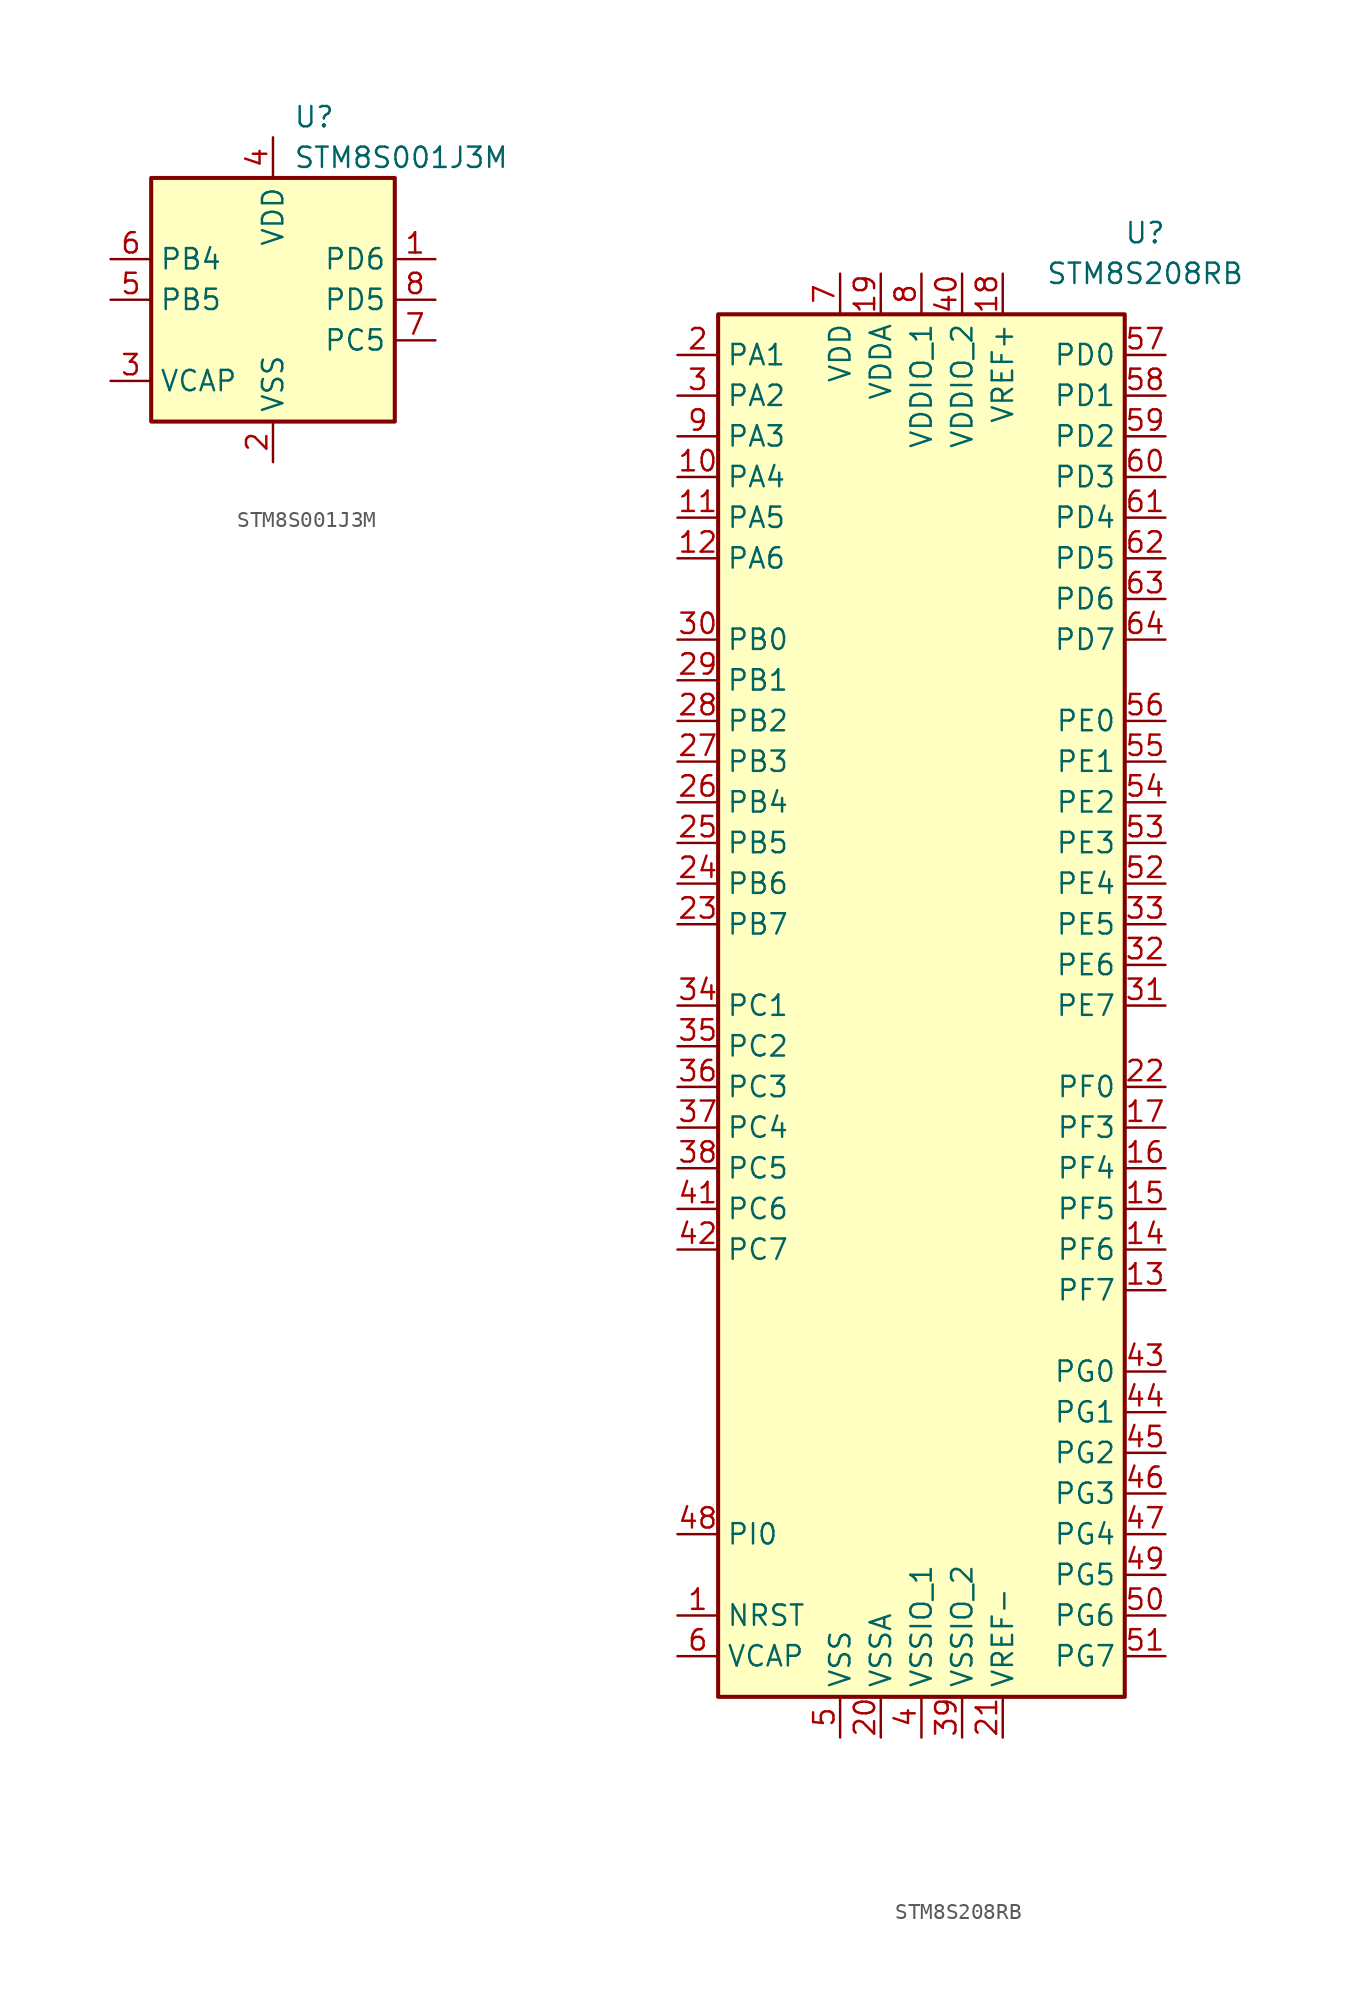
<source format=kicad_sym>
(kicad_symbol_lib
  (version 20201005)
  (generator kicad_symbol_editor)
  (symbol "STM8S001J3M"
    (property "Reference" "U"
      (at 1.27 11.43 0)
      (effects (font (size 1.27 1.27)) (justify left)))
    (property "Value" "STM8S001J3M"
      (at 1.27 8.89 0)
      (effects (font (size 1.27 1.27)) (justify left)))
    (symbol "STM8S001J3M_0_1"
      (rectangle (start -7.62 7.62) (end 7.62 -7.62) (stroke (width 0.254)) (fill (type background))))
    (symbol "STM8S001J3M_1_1"
      (pin bidirectional line (at 10.16 2.54 180) (length 2.54) (name "PD6" (effects (font (size 1.27 1.27)))) (number "1" (effects (font (size 1.27 1.27)))))
      (pin power_in line (at 0 -10.16 90) (length 2.54) (name "VSS" (effects (font (size 1.27 1.27)))) (number "2" (effects (font (size 1.27 1.27)))))
      (pin passive line (at -10.16 -5.08 0) (length 2.54) (name "VCAP" (effects (font (size 1.27 1.27)))) (number "3" (effects (font (size 1.27 1.27)))))
      (pin power_in line (at 0 10.16 270) (length 2.54) (name "VDD" (effects (font (size 1.27 1.27)))) (number "4" (effects (font (size 1.27 1.27)))))
      (pin bidirectional line (at -10.16 0 0) (length 2.54) (name "PB5" (effects (font (size 1.27 1.27)))) (number "5" (effects (font (size 1.27 1.27)))))
      (pin bidirectional line (at -10.16 2.54 0) (length 2.54) (name "PB4" (effects (font (size 1.27 1.27)))) (number "6" (effects (font (size 1.27 1.27)))))
      (pin bidirectional line (at 10.16 -2.54 180) (length 2.54) (name "PC5" (effects (font (size 1.27 1.27)))) (number "7" (effects (font (size 1.27 1.27)))))
      (pin bidirectional line (at 10.16 0 180) (length 2.54) (name "PD5" (effects (font (size 1.27 1.27)))) (number "8" (effects (font (size 1.27 1.27)))))))
  (symbol "STM8S208RB"
    (property "Reference" "U"
      (at 13.97 48.26 0)
      (effects (font (size 1.27 1.27))))
    (property "Value" "STM8S208RB"
      (at 13.97 45.72 0)
      (effects (font (size 1.27 1.27))))
    (symbol "STM8S208RB_0_1"
      (rectangle (start 12.7 43.18) (end -12.7 -43.18) (stroke (width 0.254)) (fill (type background))))
    (symbol "STM8S208RB_1_1"
      (pin input line (at -15.24 -38.1 0) (length 2.54) (name "NRST" (effects (font (size 1.27 1.27)))) (number "1" (effects (font (size 1.27 1.27)))))
      (pin bidirectional line (at -15.24 33.02 0) (length 2.54) (name "PA4" (effects (font (size 1.27 1.27)))) (number "10" (effects (font (size 1.27 1.27)))))
      (pin bidirectional line (at -15.24 30.48 0) (length 2.54) (name "PA5" (effects (font (size 1.27 1.27)))) (number "11" (effects (font (size 1.27 1.27)))))
      (pin bidirectional line (at -15.24 27.94 0) (length 2.54) (name "PA6" (effects (font (size 1.27 1.27)))) (number "12" (effects (font (size 1.27 1.27)))))
      (pin bidirectional line (at 15.24 -17.78 180) (length 2.54) (name "PF7" (effects (font (size 1.27 1.27)))) (number "13" (effects (font (size 1.27 1.27)))))
      (pin bidirectional line (at 15.24 -15.24 180) (length 2.54) (name "PF6" (effects (font (size 1.27 1.27)))) (number "14" (effects (font (size 1.27 1.27)))))
      (pin bidirectional line (at 15.24 -12.7 180) (length 2.54) (name "PF5" (effects (font (size 1.27 1.27)))) (number "15" (effects (font (size 1.27 1.27)))))
      (pin bidirectional line (at 15.24 -10.16 180) (length 2.54) (name "PF4" (effects (font (size 1.27 1.27)))) (number "16" (effects (font (size 1.27 1.27)))))
      (pin bidirectional line (at 15.24 -7.62 180) (length 2.54) (name "PF3" (effects (font (size 1.27 1.27)))) (number "17" (effects (font (size 1.27 1.27)))))
      (pin power_in line (at 5.08 45.72 270) (length 2.54) (name "VREF+" (effects (font (size 1.27 1.27)))) (number "18" (effects (font (size 1.27 1.27)))))
      (pin power_in line (at -2.54 45.72 270) (length 2.54) (name "VDDA" (effects (font (size 1.27 1.27)))) (number "19" (effects (font (size 1.27 1.27)))))
      (pin bidirectional line (at -15.24 40.64 0) (length 2.54) (name "PA1" (effects (font (size 1.27 1.27)))) (number "2" (effects (font (size 1.27 1.27)))))
      (pin power_in line (at -2.54 -45.72 90) (length 2.54) (name "VSSA" (effects (font (size 1.27 1.27)))) (number "20" (effects (font (size 1.27 1.27)))))
      (pin power_in line (at 5.08 -45.72 90) (length 2.54) (name "VREF-" (effects (font (size 1.27 1.27)))) (number "21" (effects (font (size 1.27 1.27)))))
      (pin bidirectional line (at 15.24 -5.08 180) (length 2.54) (name "PF0" (effects (font (size 1.27 1.27)))) (number "22" (effects (font (size 1.27 1.27)))))
      (pin bidirectional line (at -15.24 5.08 0) (length 2.54) (name "PB7" (effects (font (size 1.27 1.27)))) (number "23" (effects (font (size 1.27 1.27)))))
      (pin bidirectional line (at -15.24 7.62 0) (length 2.54) (name "PB6" (effects (font (size 1.27 1.27)))) (number "24" (effects (font (size 1.27 1.27)))))
      (pin bidirectional line (at -15.24 10.16 0) (length 2.54) (name "PB5" (effects (font (size 1.27 1.27)))) (number "25" (effects (font (size 1.27 1.27)))))
      (pin bidirectional line (at -15.24 12.7 0) (length 2.54) (name "PB4" (effects (font (size 1.27 1.27)))) (number "26" (effects (font (size 1.27 1.27)))))
      (pin bidirectional line (at -15.24 15.24 0) (length 2.54) (name "PB3" (effects (font (size 1.27 1.27)))) (number "27" (effects (font (size 1.27 1.27)))))
      (pin bidirectional line (at -15.24 17.78 0) (length 2.54) (name "PB2" (effects (font (size 1.27 1.27)))) (number "28" (effects (font (size 1.27 1.27)))))
      (pin bidirectional line (at -15.24 20.32 0) (length 2.54) (name "PB1" (effects (font (size 1.27 1.27)))) (number "29" (effects (font (size 1.27 1.27)))))
      (pin bidirectional line (at -15.24 38.1 0) (length 2.54) (name "PA2" (effects (font (size 1.27 1.27)))) (number "3" (effects (font (size 1.27 1.27)))))
      (pin bidirectional line (at -15.24 22.86 0) (length 2.54) (name "PB0" (effects (font (size 1.27 1.27)))) (number "30" (effects (font (size 1.27 1.27)))))
      (pin bidirectional line (at 15.24 0 180) (length 2.54) (name "PE7" (effects (font (size 1.27 1.27)))) (number "31" (effects (font (size 1.27 1.27)))))
      (pin bidirectional line (at 15.24 2.54 180) (length 2.54) (name "PE6" (effects (font (size 1.27 1.27)))) (number "32" (effects (font (size 1.27 1.27)))))
      (pin bidirectional line (at 15.24 5.08 180) (length 2.54) (name "PE5" (effects (font (size 1.27 1.27)))) (number "33" (effects (font (size 1.27 1.27)))))
      (pin bidirectional line (at -15.24 0 0) (length 2.54) (name "PC1" (effects (font (size 1.27 1.27)))) (number "34" (effects (font (size 1.27 1.27)))))
      (pin bidirectional line (at -15.24 -2.54 0) (length 2.54) (name "PC2" (effects (font (size 1.27 1.27)))) (number "35" (effects (font (size 1.27 1.27)))))
      (pin bidirectional line (at -15.24 -5.08 0) (length 2.54) (name "PC3" (effects (font (size 1.27 1.27)))) (number "36" (effects (font (size 1.27 1.27)))))
      (pin bidirectional line (at -15.24 -7.62 0) (length 2.54) (name "PC4" (effects (font (size 1.27 1.27)))) (number "37" (effects (font (size 1.27 1.27)))))
      (pin bidirectional line (at -15.24 -10.16 0) (length 2.54) (name "PC5" (effects (font (size 1.27 1.27)))) (number "38" (effects (font (size 1.27 1.27)))))
      (pin power_in line (at 2.54 -45.72 90) (length 2.54) (name "VSSIO_2" (effects (font (size 1.27 1.27)))) (number "39" (effects (font (size 1.27 1.27)))))
      (pin power_in line (at 0 -45.72 90) (length 2.54) (name "VSSIO_1" (effects (font (size 1.27 1.27)))) (number "4" (effects (font (size 1.27 1.27)))))
      (pin power_in line (at 2.54 45.72 270) (length 2.54) (name "VDDIO_2" (effects (font (size 1.27 1.27)))) (number "40" (effects (font (size 1.27 1.27)))))
      (pin bidirectional line (at -15.24 -12.7 0) (length 2.54) (name "PC6" (effects (font (size 1.27 1.27)))) (number "41" (effects (font (size 1.27 1.27)))))
      (pin bidirectional line (at -15.24 -15.24 0) (length 2.54) (name "PC7" (effects (font (size 1.27 1.27)))) (number "42" (effects (font (size 1.27 1.27)))))
      (pin bidirectional line (at 15.24 -22.86 180) (length 2.54) (name "PG0" (effects (font (size 1.27 1.27)))) (number "43" (effects (font (size 1.27 1.27)))))
      (pin bidirectional line (at 15.24 -25.4 180) (length 2.54) (name "PG1" (effects (font (size 1.27 1.27)))) (number "44" (effects (font (size 1.27 1.27)))))
      (pin bidirectional line (at 15.24 -27.94 180) (length 2.54) (name "PG2" (effects (font (size 1.27 1.27)))) (number "45" (effects (font (size 1.27 1.27)))))
      (pin bidirectional line (at 15.24 -30.48 180) (length 2.54) (name "PG3" (effects (font (size 1.27 1.27)))) (number "46" (effects (font (size 1.27 1.27)))))
      (pin bidirectional line (at 15.24 -33.02 180) (length 2.54) (name "PG4" (effects (font (size 1.27 1.27)))) (number "47" (effects (font (size 1.27 1.27)))))
      (pin bidirectional line (at -15.24 -33.02 0) (length 2.54) (name "PI0" (effects (font (size 1.27 1.27)))) (number "48" (effects (font (size 1.27 1.27)))))
      (pin bidirectional line (at 15.24 -35.56 180) (length 2.54) (name "PG5" (effects (font (size 1.27 1.27)))) (number "49" (effects (font (size 1.27 1.27)))))
      (pin power_in line (at -5.08 -45.72 90) (length 2.54) (name "VSS" (effects (font (size 1.27 1.27)))) (number "5" (effects (font (size 1.27 1.27)))))
      (pin bidirectional line (at 15.24 -38.1 180) (length 2.54) (name "PG6" (effects (font (size 1.27 1.27)))) (number "50" (effects (font (size 1.27 1.27)))))
      (pin bidirectional line (at 15.24 -40.64 180) (length 2.54) (name "PG7" (effects (font (size 1.27 1.27)))) (number "51" (effects (font (size 1.27 1.27)))))
      (pin bidirectional line (at 15.24 7.62 180) (length 2.54) (name "PE4" (effects (font (size 1.27 1.27)))) (number "52" (effects (font (size 1.27 1.27)))))
      (pin bidirectional line (at 15.24 10.16 180) (length 2.54) (name "PE3" (effects (font (size 1.27 1.27)))) (number "53" (effects (font (size 1.27 1.27)))))
      (pin bidirectional line (at 15.24 12.7 180) (length 2.54) (name "PE2" (effects (font (size 1.27 1.27)))) (number "54" (effects (font (size 1.27 1.27)))))
      (pin bidirectional line (at 15.24 15.24 180) (length 2.54) (name "PE1" (effects (font (size 1.27 1.27)))) (number "55" (effects (font (size 1.27 1.27)))))
      (pin bidirectional line (at 15.24 17.78 180) (length 2.54) (name "PE0" (effects (font (size 1.27 1.27)))) (number "56" (effects (font (size 1.27 1.27)))))
      (pin bidirectional line (at 15.24 40.64 180) (length 2.54) (name "PD0" (effects (font (size 1.27 1.27)))) (number "57" (effects (font (size 1.27 1.27)))))
      (pin bidirectional line (at 15.24 38.1 180) (length 2.54) (name "PD1" (effects (font (size 1.27 1.27)))) (number "58" (effects (font (size 1.27 1.27)))))
      (pin bidirectional line (at 15.24 35.56 180) (length 2.54) (name "PD2" (effects (font (size 1.27 1.27)))) (number "59" (effects (font (size 1.27 1.27)))))
      (pin input line (at -15.24 -40.64 0) (length 2.54) (name "VCAP" (effects (font (size 1.27 1.27)))) (number "6" (effects (font (size 1.27 1.27)))))
      (pin bidirectional line (at 15.24 33.02 180) (length 2.54) (name "PD3" (effects (font (size 1.27 1.27)))) (number "60" (effects (font (size 1.27 1.27)))))
      (pin bidirectional line (at 15.24 30.48 180) (length 2.54) (name "PD4" (effects (font (size 1.27 1.27)))) (number "61" (effects (font (size 1.27 1.27)))))
      (pin bidirectional line (at 15.24 27.94 180) (length 2.54) (name "PD5" (effects (font (size 1.27 1.27)))) (number "62" (effects (font (size 1.27 1.27)))))
      (pin bidirectional line (at 15.24 25.4 180) (length 2.54) (name "PD6" (effects (font (size 1.27 1.27)))) (number "63" (effects (font (size 1.27 1.27)))))
      (pin bidirectional line (at 15.24 22.86 180) (length 2.54) (name "PD7" (effects (font (size 1.27 1.27)))) (number "64" (effects (font (size 1.27 1.27)))))
      (pin power_in line (at -5.08 45.72 270) (length 2.54) (name "VDD" (effects (font (size 1.27 1.27)))) (number "7" (effects (font (size 1.27 1.27)))))
      (pin power_in line (at 0 45.72 270) (length 2.54) (name "VDDIO_1" (effects (font (size 1.27 1.27)))) (number "8" (effects (font (size 1.27 1.27)))))
      (pin bidirectional line (at -15.24 35.56 0) (length 2.54) (name "PA3" (effects (font (size 1.27 1.27)))) (number "9" (effects (font (size 1.27 1.27))))))))
</source>
